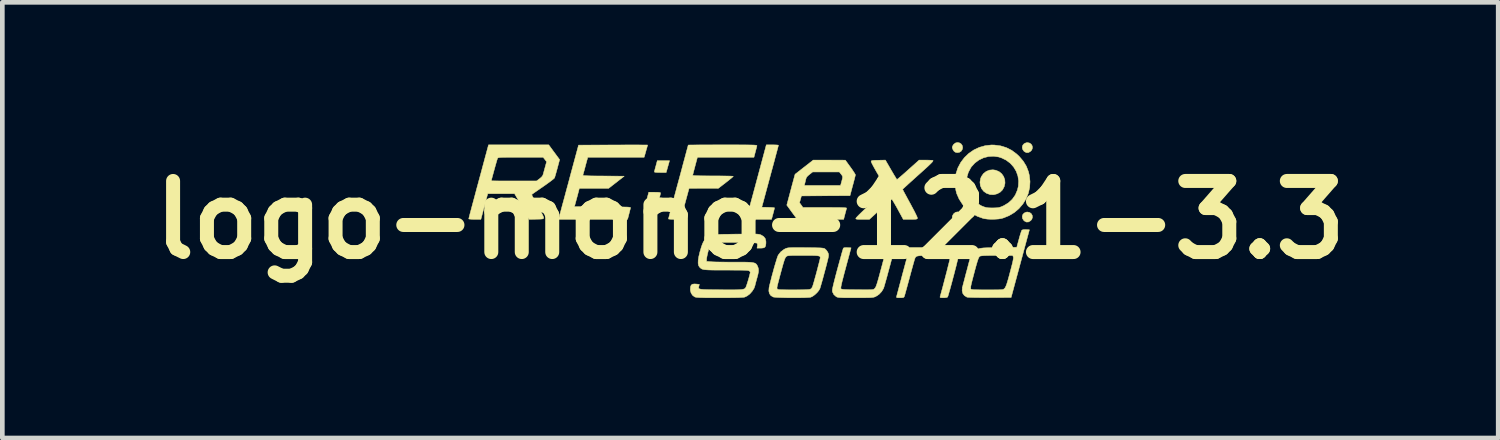
<source format=kicad_pcb>
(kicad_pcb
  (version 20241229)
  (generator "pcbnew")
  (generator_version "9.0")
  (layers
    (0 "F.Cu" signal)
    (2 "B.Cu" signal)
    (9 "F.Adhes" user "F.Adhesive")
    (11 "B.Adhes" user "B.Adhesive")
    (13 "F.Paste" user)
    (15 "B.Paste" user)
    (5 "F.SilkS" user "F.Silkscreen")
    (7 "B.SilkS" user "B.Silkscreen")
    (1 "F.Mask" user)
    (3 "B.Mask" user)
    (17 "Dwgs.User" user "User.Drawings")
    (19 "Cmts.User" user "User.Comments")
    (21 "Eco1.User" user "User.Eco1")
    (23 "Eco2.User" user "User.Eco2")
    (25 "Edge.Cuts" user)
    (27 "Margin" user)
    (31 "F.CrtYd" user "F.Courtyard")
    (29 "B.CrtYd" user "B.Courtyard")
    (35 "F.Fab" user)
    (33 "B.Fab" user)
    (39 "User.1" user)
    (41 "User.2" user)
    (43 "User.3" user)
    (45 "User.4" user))
  (footprint "logo-mono-12.1-3.3"
    (layer "F.Cu")
    (at 13.034 1.664)
    (property "Reference" "logo-mono-12.1-3.3" (at 0 0 0) (layer "F.SilkS") (effects (font (size 1.524 1.524) (thickness 0.3))))
    (attr through_hole)
    (fp_poly (pts (xy -1.747 -1.213) (xy -1.76 -1.167) (xy -1.776 -1.113) (xy -1.783 -1.086) (xy -1.803 -1.016) (xy -1.93 -1.016) (xy -1.989 -1.017) (xy -2.031 -1.02) (xy -2.053 -1.025) (xy -2.056 -1.028) (xy -2.053 -1.045) (xy -2.045 -1.078) (xy -2.033 -1.124) (xy -2.024 -1.155) (xy -1.993 -1.27) (xy -1.731 -1.27) (xy -1.747 -1.213)) (stroke (width 0.01) (type solid)) (fill yes) (layer "F.SilkS"))
    (fp_poly (pts (xy 5.989 -1.647) (xy 6.024 -1.621) (xy 6.045 -1.584) (xy 6.049 -1.542) (xy 6.035 -1.5) (xy 6.01 -1.471) (xy 5.965 -1.444) (xy 5.92 -1.442) (xy 5.878 -1.463) (xy 5.865 -1.475) (xy 5.837 -1.517) (xy 5.83 -1.56) (xy 5.842 -1.601) (xy 5.871 -1.634) (xy 5.914 -1.653) (xy 5.942 -1.657) (xy 5.989 -1.647)) (stroke (width 0.01) (type solid)) (fill yes) (layer "F.SilkS"))
    (fp_poly (pts (xy 5.989 -0.159) (xy 6.024 -0.133) (xy 6.045 -0.096) (xy 6.049 -0.054) (xy 6.035 -0.012) (xy 6.01 0.017) (xy 5.965 0.044) (xy 5.92 0.046) (xy 5.878 0.024) (xy 5.865 0.013) (xy 5.837 -0.029) (xy 5.83 -0.073) (xy 5.842 -0.114) (xy 5.871 -0.146) (xy 5.914 -0.166) (xy 5.942 -0.169) (xy 5.989 -0.159)) (stroke (width 0.01) (type solid)) (fill yes) (layer "F.SilkS"))
    (fp_poly (pts (xy 4.482 -1.652) (xy 4.518 -1.631) (xy 4.543 -1.597) (xy 4.553 -1.555) (xy 4.547 -1.516) (xy 4.522 -1.474) (xy 4.483 -1.449) (xy 4.435 -1.442) (xy 4.394 -1.452) (xy 4.368 -1.472) (xy 4.345 -1.507) (xy 4.331 -1.545) (xy 4.33 -1.559) (xy 4.338 -1.583) (xy 4.356 -1.613) (xy 4.361 -1.62) (xy 4.399 -1.649) (xy 4.441 -1.659) (xy 4.482 -1.652)) (stroke (width 0.01) (type solid)) (fill yes) (layer "F.SilkS"))
    (fp_poly (pts (xy 4.482 -0.164) (xy 4.518 -0.143) (xy 4.543 -0.109) (xy 4.553 -0.067) (xy 4.547 -0.028) (xy 4.522 0.013) (xy 4.483 0.039) (xy 4.435 0.046) (xy 4.394 0.036) (xy 4.368 0.015) (xy 4.345 -0.019) (xy 4.331 -0.057) (xy 4.33 -0.071) (xy 4.338 -0.095) (xy 4.356 -0.125) (xy 4.361 -0.132) (xy 4.399 -0.162) (xy 4.441 -0.172) (xy 4.482 -0.164)) (stroke (width 0.01) (type solid)) (fill yes) (layer "F.SilkS"))
    (fp_poly (pts (xy 5.261 -1.065) (xy 5.333 -1.035) (xy 5.391 -0.988) (xy 5.432 -0.929) (xy 5.456 -0.861) (xy 5.461 -0.789) (xy 5.445 -0.716) (xy 5.408 -0.645) (xy 5.407 -0.644) (xy 5.358 -0.595) (xy 5.294 -0.56) (xy 5.223 -0.541) (xy 5.151 -0.542) (xy 5.14 -0.544) (xy 5.065 -0.57) (xy 5.004 -0.613) (xy 4.959 -0.67) (xy 4.932 -0.737) (xy 4.924 -0.81) (xy 4.937 -0.887) (xy 4.955 -0.93) (xy 4.999 -0.993) (xy 5.058 -1.039) (xy 5.127 -1.067) (xy 5.202 -1.074) (xy 5.261 -1.065)) (stroke (width 0.01) (type solid)) (fill yes) (layer "F.SilkS"))
    (fp_poly (pts (xy -1.989 -0.592) (xy -1.95 -0.589) (xy -1.929 -0.584) (xy -1.923 -0.577) (xy -1.926 -0.56) (xy -1.934 -0.525) (xy -1.946 -0.479) (xy -1.959 -0.429) (xy -1.973 -0.38) (xy -1.979 -0.36) (xy -1.985 -0.35) (xy -1.998 -0.344) (xy -2.023 -0.34) (xy -2.064 -0.339) (xy -2.111 -0.339) (xy -2.171 -0.339) (xy -2.21 -0.342) (xy -2.231 -0.347) (xy -2.238 -0.354) (xy -2.238 -0.355) (xy -2.234 -0.375) (xy -2.226 -0.409) (xy -2.22 -0.43) (xy -2.207 -0.478) (xy -2.194 -0.527) (xy -2.19 -0.541) (xy -2.176 -0.593) (xy -2.05 -0.593) (xy -1.989 -0.592)) (stroke (width 0.01) (type solid)) (fill yes) (layer "F.SilkS"))
    (fp_poly (pts (xy 0.527 -1.608) (xy 0.57 -1.606) (xy 0.597 -1.603) (xy 0.604 -1.6) (xy 0.601 -1.587) (xy 0.592 -1.552) (xy 0.578 -1.499) (xy 0.559 -1.429) (xy 0.536 -1.343) (xy 0.51 -1.245) (xy 0.481 -1.137) (xy 0.449 -1.02) (xy 0.425 -0.931) (xy 0.247 -0.272) (xy 0.383 -0.269) (xy 0.438 -0.267) (xy 0.482 -0.264) (xy 0.511 -0.261) (xy 0.52 -0.258) (xy 0.517 -0.243) (xy 0.509 -0.211) (xy 0.498 -0.166) (xy 0.488 -0.131) (xy 0.456 -0.012) (xy 0.184 -0.012) (xy 0.093 -0.012) (xy 0.024 -0.013) (xy -0.026 -0.015) (xy -0.059 -0.018) (xy -0.077 -0.021) (xy -0.082 -0.026) (xy -0.082 -0.027) (xy -0.078 -0.041) (xy -0.068 -0.077) (xy -0.053 -0.131) (xy -0.034 -0.204) (xy -0.01 -0.292) (xy 0.017 -0.393) (xy 0.048 -0.506) (xy 0.081 -0.629) (xy 0.116 -0.759) (xy 0.134 -0.826) (xy 0.344 -1.609) (xy 0.475 -1.609) (xy 0.527 -1.608)) (stroke (width 0.01) (type solid)) (fill yes) (layer "F.SilkS"))
    (fp_poly (pts (xy 1.693 -1.282) (xy 2.038 -1.281) (xy 2.147 -1.131) (xy 2.185 -1.078) (xy 2.216 -1.031) (xy 2.24 -0.994) (xy 2.253 -0.97) (xy 2.254 -0.965) (xy 2.251 -0.949) (xy 2.242 -0.913) (xy 2.229 -0.862) (xy 2.213 -0.8) (xy 2.195 -0.735) (xy 2.138 -0.52) (xy 1.617 -0.517) (xy 1.097 -0.514) (xy 1.076 -0.441) (xy 1.056 -0.369) (xy 1.129 -0.266) (xy 1.6 -0.266) (xy 1.724 -0.266) (xy 1.825 -0.265) (xy 1.905 -0.265) (xy 1.967 -0.263) (xy 2.013 -0.261) (xy 2.043 -0.259) (xy 2.06 -0.256) (xy 2.066 -0.252) (xy 2.065 -0.251) (xy 2.06 -0.233) (xy 2.051 -0.198) (xy 2.038 -0.151) (xy 2.031 -0.124) (xy 2.002 -0.012) (xy 1.006 -0.012) (xy 0.894 -0.164) (xy 0.783 -0.317) (xy 0.895 -0.738) (xy 1.158 -0.738) (xy 1.935 -0.738) (xy 1.953 -0.801) (xy 1.968 -0.857) (xy 1.977 -0.895) (xy 1.979 -0.921) (xy 1.974 -0.941) (xy 1.963 -0.96) (xy 1.948 -0.979) (xy 1.909 -1.028) (xy 1.623 -1.028) (xy 1.337 -1.028) (xy 1.269 -0.974) (xy 1.232 -0.943) (xy 1.209 -0.917) (xy 1.196 -0.888) (xy 1.187 -0.856) (xy 1.178 -0.815) (xy 1.169 -0.779) (xy 1.166 -0.765) (xy 1.158 -0.738) (xy 0.895 -0.738) (xy 0.96 -0.978) (xy 1.154 -1.13) (xy 1.349 -1.282) (xy 1.693 -1.282)) (stroke (width 0.01) (type solid)) (fill yes) (layer "F.SilkS"))
    (fp_poly (pts (xy -2.38 -1.607) (xy -2.306 -1.606) (xy -2.251 -1.606) (xy -2.215 -1.606) (xy -2.201 -1.605) (xy -2.201 -1.605) (xy -2.204 -1.592) (xy -2.212 -1.563) (xy -2.218 -1.541) (xy -2.232 -1.494) (xy -2.247 -1.439) (xy -2.255 -1.412) (xy -2.275 -1.343) (xy -3.482 -1.343) (xy -3.494 -1.303) (xy -3.502 -1.276) (xy -3.514 -1.232) (xy -3.529 -1.177) (xy -3.544 -1.12) (xy -3.559 -1.064) (xy -3.573 -1.015) (xy -3.583 -0.978) (xy -3.588 -0.96) (xy -3.588 -0.96) (xy -3.587 -0.956) (xy -3.577 -0.952) (xy -3.556 -0.949) (xy -3.523 -0.947) (xy -3.475 -0.945) (xy -3.41 -0.943) (xy -3.327 -0.942) (xy -3.223 -0.941) (xy -3.149 -0.941) (xy -2.703 -0.937) (xy -3.036 -0.677) (xy -3.664 -0.677) (xy -3.673 -0.644) (xy -3.679 -0.62) (xy -3.69 -0.579) (xy -3.704 -0.525) (xy -3.721 -0.463) (xy -3.725 -0.448) (xy -3.769 -0.284) (xy -3.165 -0.281) (xy -3.029 -0.28) (xy -2.915 -0.28) (xy -2.821 -0.279) (xy -2.745 -0.278) (xy -2.686 -0.276) (xy -2.641 -0.275) (xy -2.609 -0.273) (xy -2.587 -0.27) (xy -2.574 -0.267) (xy -2.568 -0.264) (xy -2.566 -0.259) (xy -2.567 -0.257) (xy -2.572 -0.236) (xy -2.582 -0.199) (xy -2.594 -0.151) (xy -2.601 -0.124) (xy -2.63 -0.012) (xy -4.11 -0.012) (xy -4.075 -0.142) (xy -4.065 -0.178) (xy -4.05 -0.235) (xy -4.03 -0.31) (xy -4.005 -0.401) (xy -3.977 -0.504) (xy -3.947 -0.617) (xy -3.914 -0.738) (xy -3.88 -0.864) (xy -3.861 -0.937) (xy -3.681 -1.603) (xy -2.941 -1.606) (xy -2.81 -1.606) (xy -2.686 -1.607) (xy -2.572 -1.607) (xy -2.469 -1.607) (xy -2.38 -1.607)) (stroke (width 0.01) (type solid)) (fill yes) (layer "F.SilkS"))
    (fp_poly (pts (xy -0.439 -1.609) (xy -0.309 -1.609) (xy -0.2 -1.608) (xy -0.11 -1.608) (xy -0.037 -1.607) (xy 0.021 -1.606) (xy 0.065 -1.605) (xy 0.097 -1.603) (xy 0.119 -1.601) (xy 0.133 -1.598) (xy 0.14 -1.595) (xy 0.143 -1.591) (xy 0.143 -1.587) (xy 0.137 -1.567) (xy 0.128 -1.529) (xy 0.115 -1.481) (xy 0.108 -1.454) (xy 0.079 -1.343) (xy -1.133 -1.343) (xy -1.183 -1.156) (xy -1.2 -1.092) (xy -1.215 -1.035) (xy -1.226 -0.991) (xy -1.233 -0.963) (xy -1.234 -0.956) (xy -1.224 -0.953) (xy -1.194 -0.949) (xy -1.143 -0.947) (xy -1.071 -0.945) (xy -0.976 -0.944) (xy -0.858 -0.943) (xy -0.798 -0.943) (xy -0.698 -0.943) (xy -0.607 -0.942) (xy -0.526 -0.941) (xy -0.458 -0.94) (xy -0.407 -0.938) (xy -0.374 -0.936) (xy -0.364 -0.934) (xy -0.373 -0.924) (xy -0.398 -0.902) (xy -0.436 -0.871) (xy -0.484 -0.832) (xy -0.524 -0.801) (xy -0.683 -0.678) (xy -1.312 -0.677) (xy -1.402 -0.345) (xy -1.491 -0.012) (xy -1.622 -0.012) (xy -1.676 -0.013) (xy -1.718 -0.015) (xy -1.746 -0.018) (xy -1.754 -0.021) (xy -1.751 -0.034) (xy -1.742 -0.068) (xy -1.728 -0.122) (xy -1.709 -0.194) (xy -1.686 -0.281) (xy -1.659 -0.381) (xy -1.629 -0.494) (xy -1.596 -0.616) (xy -1.561 -0.746) (xy -1.542 -0.815) (xy -1.506 -0.948) (xy -1.472 -1.074) (xy -1.441 -1.192) (xy -1.412 -1.298) (xy -1.387 -1.392) (xy -1.366 -1.471) (xy -1.349 -1.533) (xy -1.337 -1.577) (xy -1.331 -1.601) (xy -1.33 -1.604) (xy -1.319 -1.605) (xy -1.285 -1.606) (xy -1.231 -1.606) (xy -1.159 -1.607) (xy -1.071 -1.608) (xy -0.97 -1.608) (xy -0.856 -1.608) (xy -0.733 -1.609) (xy -0.602 -1.609) (xy -0.591 -1.609) (xy -0.439 -1.609)) (stroke (width 0.01) (type solid)) (fill yes) (layer "F.SilkS"))
    (fp_poly (pts (xy 5.231 -1.605) (xy 5.367 -1.587) (xy 5.49 -1.549) (xy 5.605 -1.491) (xy 5.712 -1.411) (xy 5.765 -1.361) (xy 5.852 -1.259) (xy 5.918 -1.151) (xy 5.964 -1.032) (xy 5.982 -0.956) (xy 5.997 -0.824) (xy 5.989 -0.693) (xy 5.96 -0.568) (xy 5.911 -0.449) (xy 5.843 -0.34) (xy 5.759 -0.242) (xy 5.66 -0.158) (xy 5.546 -0.09) (xy 5.42 -0.04) (xy 5.387 -0.031) (xy 5.325 -0.02) (xy 5.249 -0.015) (xy 5.167 -0.013) (xy 5.087 -0.017) (xy 5.019 -0.026) (xy 4.995 -0.031) (xy 4.867 -0.077) (xy 4.749 -0.143) (xy 4.643 -0.229) (xy 4.552 -0.331) (xy 4.477 -0.447) (xy 4.425 -0.565) (xy 4.408 -0.632) (xy 4.397 -0.714) (xy 4.393 -0.803) (xy 4.393 -0.804) (xy 4.632 -0.804) (xy 4.643 -0.696) (xy 4.675 -0.591) (xy 4.727 -0.494) (xy 4.772 -0.437) (xy 4.857 -0.361) (xy 4.954 -0.302) (xy 5.017 -0.277) (xy 5.06 -0.265) (xy 5.106 -0.259) (xy 5.164 -0.257) (xy 5.213 -0.257) (xy 5.272 -0.259) (xy 5.316 -0.263) (xy 5.351 -0.271) (xy 5.387 -0.284) (xy 5.432 -0.304) (xy 5.435 -0.305) (xy 5.535 -0.366) (xy 5.617 -0.442) (xy 5.682 -0.534) (xy 5.727 -0.64) (xy 5.747 -0.723) (xy 5.753 -0.834) (xy 5.737 -0.942) (xy 5.701 -1.042) (xy 5.646 -1.134) (xy 5.573 -1.215) (xy 5.486 -1.281) (xy 5.384 -1.33) (xy 5.326 -1.349) (xy 5.217 -1.365) (xy 5.108 -1.359) (xy 5.002 -1.332) (xy 4.903 -1.285) (xy 4.815 -1.22) (xy 4.741 -1.139) (xy 4.729 -1.121) (xy 4.675 -1.02) (xy 4.643 -0.914) (xy 4.632 -0.804) (xy 4.393 -0.804) (xy 4.395 -0.89) (xy 4.404 -0.967) (xy 4.408 -0.985) (xy 4.45 -1.114) (xy 4.512 -1.231) (xy 4.591 -1.336) (xy 4.685 -1.426) (xy 4.793 -1.5) (xy 4.91 -1.555) (xy 5.036 -1.591) (xy 5.168 -1.606) (xy 5.231 -1.605)) (stroke (width 0.01) (type solid)) (fill yes) (layer "F.SilkS"))
    (fp_poly (pts (xy 3.992 0.593) (xy 4.088 0.593) (xy 4.165 0.594) (xy 4.226 0.595) (xy 4.272 0.596) (xy 4.306 0.599) (xy 4.332 0.602) (xy 4.351 0.606) (xy 4.365 0.611) (xy 4.377 0.616) (xy 4.425 0.653) (xy 4.454 0.703) (xy 4.462 0.766) (xy 4.461 0.781) (xy 4.456 0.806) (xy 4.447 0.85) (xy 4.432 0.91) (xy 4.415 0.982) (xy 4.394 1.062) (xy 4.372 1.149) (xy 4.348 1.238) (xy 4.325 1.326) (xy 4.302 1.41) (xy 4.281 1.487) (xy 4.262 1.553) (xy 4.247 1.605) (xy 4.236 1.64) (xy 4.23 1.654) (xy 4.21 1.663) (xy 4.171 1.668) (xy 4.14 1.669) (xy 4.098 1.668) (xy 4.076 1.665) (xy 4.068 1.658) (xy 4.069 1.648) (xy 4.083 1.597) (xy 4.101 1.531) (xy 4.122 1.455) (xy 4.144 1.371) (xy 4.167 1.283) (xy 4.19 1.195) (xy 4.213 1.108) (xy 4.233 1.028) (xy 4.251 0.956) (xy 4.266 0.897) (xy 4.276 0.853) (xy 4.281 0.828) (xy 4.282 0.824) (xy 4.281 0.806) (xy 4.277 0.792) (xy 4.268 0.781) (xy 4.251 0.774) (xy 4.223 0.768) (xy 4.182 0.765) (xy 4.124 0.763) (xy 4.049 0.762) (xy 3.952 0.762) (xy 3.928 0.762) (xy 3.824 0.762) (xy 3.741 0.763) (xy 3.678 0.765) (xy 3.63 0.768) (xy 3.595 0.773) (xy 3.571 0.779) (xy 3.555 0.788) (xy 3.544 0.799) (xy 3.541 0.803) (xy 3.535 0.813) (xy 3.528 0.831) (xy 3.519 0.858) (xy 3.508 0.897) (xy 3.493 0.95) (xy 3.474 1.018) (xy 3.45 1.105) (xy 3.421 1.212) (xy 3.404 1.276) (xy 3.38 1.364) (xy 3.358 1.445) (xy 3.338 1.517) (xy 3.322 1.575) (xy 3.31 1.617) (xy 3.303 1.64) (xy 3.302 1.642) (xy 3.293 1.657) (xy 3.278 1.665) (xy 3.251 1.668) (xy 3.21 1.669) (xy 3.167 1.669) (xy 3.144 1.666) (xy 3.135 1.659) (xy 3.135 1.647) (xy 3.137 1.642) (xy 3.141 1.625) (xy 3.151 1.587) (xy 3.166 1.531) (xy 3.185 1.459) (xy 3.208 1.373) (xy 3.234 1.277) (xy 3.261 1.173) (xy 3.28 1.104) (xy 3.417 0.593) (xy 3.874 0.593) (xy 3.992 0.593)) (stroke (width 0.01) (type solid)) (fill yes) (layer "F.SilkS"))
    (fp_poly (pts (xy 5.911 0.208) (xy 5.984 0.212) (xy 5.592 1.663) (xy 5.134 1.665) (xy 5.009 1.666) (xy 4.899 1.665) (xy 4.807 1.664) (xy 4.734 1.662) (xy 4.682 1.66) (xy 4.651 1.657) (xy 4.645 1.656) (xy 4.591 1.623) (xy 4.556 1.576) (xy 4.542 1.517) (xy 4.546 1.466) (xy 4.724 1.466) (xy 4.727 1.478) (xy 4.729 1.481) (xy 4.736 1.487) (xy 4.75 1.491) (xy 4.773 1.494) (xy 4.808 1.497) (xy 4.856 1.498) (xy 4.922 1.499) (xy 5.008 1.5) (xy 5.081 1.5) (xy 5.18 1.5) (xy 5.257 1.499) (xy 5.317 1.499) (xy 5.36 1.497) (xy 5.391 1.495) (xy 5.413 1.492) (xy 5.427 1.487) (xy 5.438 1.481) (xy 5.447 1.473) (xy 5.447 1.473) (xy 5.459 1.46) (xy 5.47 1.442) (xy 5.482 1.416) (xy 5.496 1.381) (xy 5.511 1.333) (xy 5.53 1.269) (xy 5.552 1.189) (xy 5.579 1.087) (xy 5.588 1.053) (xy 5.61 0.968) (xy 5.626 0.904) (xy 5.635 0.857) (xy 5.64 0.824) (xy 5.641 0.802) (xy 5.637 0.79) (xy 5.625 0.762) (xy 5.292 0.762) (xy 5.175 0.762) (xy 5.082 0.764) (xy 5.011 0.766) (xy 4.962 0.77) (xy 4.934 0.775) (xy 4.929 0.776) (xy 4.918 0.783) (xy 4.908 0.793) (xy 4.898 0.81) (xy 4.887 0.835) (xy 4.874 0.872) (xy 4.859 0.921) (xy 4.84 0.986) (xy 4.817 1.07) (xy 4.79 1.173) (xy 4.778 1.218) (xy 4.756 1.302) (xy 4.74 1.366) (xy 4.73 1.413) (xy 4.724 1.445) (xy 4.724 1.466) (xy 4.546 1.466) (xy 4.548 1.448) (xy 4.555 1.419) (xy 4.567 1.371) (xy 4.584 1.308) (xy 4.603 1.234) (xy 4.624 1.154) (xy 4.646 1.073) (xy 4.667 0.993) (xy 4.686 0.92) (xy 4.703 0.858) (xy 4.712 0.827) (xy 4.743 0.758) (xy 4.783 0.704) (xy 4.808 0.677) (xy 4.83 0.655) (xy 4.853 0.638) (xy 4.878 0.624) (xy 4.909 0.614) (xy 4.949 0.607) (xy 5 0.601) (xy 5.065 0.598) (xy 5.148 0.596) (xy 5.249 0.594) (xy 5.321 0.593) (xy 5.713 0.587) (xy 5.761 0.411) (xy 5.778 0.349) (xy 5.795 0.294) (xy 5.809 0.251) (xy 5.82 0.225) (xy 5.823 0.22) (xy 5.848 0.21) (xy 5.895 0.207) (xy 5.911 0.208)) (stroke (width 0.01) (type solid)) (fill yes) (layer "F.SilkS"))
    (fp_poly (pts (xy 3.062 0.593) (xy 3.085 0.597) (xy 3.093 0.604) (xy 3.092 0.614) (xy 3.087 0.63) (xy 3.077 0.667) (xy 3.063 0.722) (xy 3.044 0.791) (xy 3.023 0.872) (xy 2.999 0.962) (xy 2.981 1.028) (xy 2.955 1.124) (xy 2.931 1.214) (xy 2.908 1.296) (xy 2.888 1.366) (xy 2.872 1.421) (xy 2.861 1.457) (xy 2.856 1.47) (xy 2.817 1.536) (xy 2.761 1.595) (xy 2.695 1.639) (xy 2.691 1.641) (xy 2.674 1.649) (xy 2.656 1.655) (xy 2.637 1.66) (xy 2.612 1.663) (xy 2.579 1.666) (xy 2.534 1.667) (xy 2.475 1.668) (xy 2.4 1.669) (xy 2.304 1.669) (xy 2.256 1.669) (xy 2.15 1.669) (xy 2.066 1.669) (xy 2 1.668) (xy 1.95 1.666) (xy 1.913 1.664) (xy 1.887 1.661) (xy 1.868 1.657) (xy 1.854 1.652) (xy 1.842 1.645) (xy 1.793 1.603) (xy 1.764 1.547) (xy 1.759 1.527) (xy 1.759 1.509) (xy 1.763 1.477) (xy 1.773 1.429) (xy 1.788 1.365) (xy 1.809 1.282) (xy 1.836 1.178) (xy 1.869 1.054) (xy 1.896 0.955) (xy 1.921 0.864) (xy 1.944 0.782) (xy 1.963 0.712) (xy 1.979 0.658) (xy 1.99 0.622) (xy 1.995 0.606) (xy 1.995 0.605) (xy 2.013 0.597) (xy 2.052 0.594) (xy 2.082 0.595) (xy 2.161 0.599) (xy 2.046 1.026) (xy 2.014 1.145) (xy 1.989 1.242) (xy 1.969 1.319) (xy 1.955 1.379) (xy 1.946 1.423) (xy 1.942 1.452) (xy 1.942 1.469) (xy 1.943 1.474) (xy 1.949 1.48) (xy 1.96 1.484) (xy 1.98 1.488) (xy 2.009 1.491) (xy 2.053 1.493) (xy 2.112 1.495) (xy 2.189 1.496) (xy 2.288 1.497) (xy 2.295 1.497) (xy 2.395 1.498) (xy 2.473 1.498) (xy 2.533 1.498) (xy 2.577 1.497) (xy 2.608 1.495) (xy 2.629 1.492) (xy 2.644 1.488) (xy 2.655 1.482) (xy 2.664 1.474) (xy 2.665 1.473) (xy 2.674 1.463) (xy 2.684 1.449) (xy 2.694 1.429) (xy 2.705 1.401) (xy 2.718 1.362) (xy 2.733 1.312) (xy 2.752 1.246) (xy 2.774 1.165) (xy 2.801 1.064) (xy 2.834 0.943) (xy 2.843 0.907) (xy 2.865 0.827) (xy 2.885 0.755) (xy 2.903 0.693) (xy 2.917 0.646) (xy 2.927 0.616) (xy 2.93 0.608) (xy 2.95 0.599) (xy 2.989 0.594) (xy 3.02 0.593) (xy 3.062 0.593)) (stroke (width 0.01) (type solid)) (fill yes) (layer "F.SilkS"))
    (fp_poly (pts (xy 3.016 -1.076) (xy 3.053 -1.013) (xy 3.086 -0.957) (xy 3.114 -0.912) (xy 3.133 -0.88) (xy 3.143 -0.866) (xy 3.143 -0.866) (xy 3.154 -0.872) (xy 3.18 -0.893) (xy 3.219 -0.926) (xy 3.269 -0.969) (xy 3.327 -1.02) (xy 3.385 -1.072) (xy 3.62 -1.282) (xy 3.769 -1.282) (xy 3.826 -1.281) (xy 3.873 -1.279) (xy 3.906 -1.277) (xy 3.919 -1.273) (xy 3.919 -1.273) (xy 3.916 -1.263) (xy 3.908 -1.249) (xy 3.892 -1.23) (xy 3.866 -1.204) (xy 3.83 -1.169) (xy 3.782 -1.124) (xy 3.719 -1.067) (xy 3.641 -0.997) (xy 3.574 -0.937) (xy 3.502 -0.872) (xy 3.435 -0.812) (xy 3.377 -0.759) (xy 3.329 -0.715) (xy 3.293 -0.682) (xy 3.271 -0.661) (xy 3.266 -0.655) (xy 3.272 -0.643) (xy 3.287 -0.612) (xy 3.312 -0.566) (xy 3.344 -0.507) (xy 3.381 -0.438) (xy 3.423 -0.361) (xy 3.428 -0.353) (xy 3.48 -0.255) (xy 3.523 -0.174) (xy 3.554 -0.111) (xy 3.575 -0.066) (xy 3.583 -0.04) (xy 3.583 -0.035) (xy 3.579 -0.025) (xy 3.569 -0.019) (xy 3.549 -0.015) (xy 3.516 -0.013) (xy 3.464 -0.012) (xy 3.429 -0.012) (xy 3.28 -0.012) (xy 3.161 -0.23) (xy 3.125 -0.295) (xy 3.092 -0.352) (xy 3.065 -0.398) (xy 3.045 -0.43) (xy 3.034 -0.444) (xy 3.033 -0.444) (xy 3.022 -0.436) (xy 2.996 -0.413) (xy 2.957 -0.378) (xy 2.907 -0.334) (xy 2.849 -0.281) (xy 2.789 -0.227) (xy 2.554 -0.012) (xy 2.407 -0.012) (xy 2.345 -0.012) (xy 2.304 -0.013) (xy 2.279 -0.016) (xy 2.267 -0.021) (xy 2.263 -0.028) (xy 2.264 -0.036) (xy 2.274 -0.049) (xy 2.299 -0.077) (xy 2.338 -0.117) (xy 2.39 -0.167) (xy 2.451 -0.225) (xy 2.52 -0.29) (xy 2.594 -0.359) (xy 2.669 -0.427) (xy 2.737 -0.49) (xy 2.797 -0.546) (xy 2.848 -0.594) (xy 2.886 -0.631) (xy 2.91 -0.655) (xy 2.919 -0.665) (xy 2.919 -0.665) (xy 2.912 -0.677) (xy 2.895 -0.707) (xy 2.869 -0.752) (xy 2.835 -0.81) (xy 2.796 -0.877) (xy 2.752 -0.952) (xy 2.752 -0.953) (xy 2.708 -1.028) (xy 2.669 -1.097) (xy 2.636 -1.157) (xy 2.611 -1.205) (xy 2.595 -1.239) (xy 2.591 -1.255) (xy 2.595 -1.264) (xy 2.606 -1.27) (xy 2.628 -1.274) (xy 2.664 -1.277) (xy 2.72 -1.279) (xy 2.746 -1.279) (xy 2.897 -1.282) (xy 3.016 -1.076)) (stroke (width 0.01) (type solid)) (fill yes) (layer "F.SilkS"))
    (fp_poly (pts (xy -4.204 -1.45) (xy -4.087 -1.292) (xy -4.136 -1.109) (xy -4.154 -1.044) (xy -4.17 -0.986) (xy -4.184 -0.939) (xy -4.193 -0.909) (xy -4.196 -0.901) (xy -4.208 -0.887) (xy -4.238 -0.862) (xy -4.282 -0.828) (xy -4.337 -0.788) (xy -4.401 -0.742) (xy -4.44 -0.715) (xy -4.507 -0.669) (xy -4.567 -0.627) (xy -4.618 -0.592) (xy -4.656 -0.565) (xy -4.679 -0.548) (xy -4.684 -0.544) (xy -4.681 -0.532) (xy -4.668 -0.502) (xy -4.645 -0.457) (xy -4.614 -0.401) (xy -4.578 -0.336) (xy -4.56 -0.304) (xy -4.509 -0.216) (xy -4.471 -0.145) (xy -4.445 -0.092) (xy -4.431 -0.058) (xy -4.429 -0.046) (xy -4.432 -0.034) (xy -4.438 -0.026) (xy -4.454 -0.021) (xy -4.481 -0.018) (xy -4.524 -0.016) (xy -4.584 -0.015) (xy -4.736 -0.011) (xy -4.895 -0.287) (xy -5.053 -0.562) (xy -5.628 -0.562) (xy -5.702 -0.287) (xy -5.775 -0.012) (xy -5.905 -0.012) (xy -5.958 -0.013) (xy -6.001 -0.016) (xy -6.028 -0.019) (xy -6.036 -0.023) (xy -6.032 -0.036) (xy -6.024 -0.071) (xy -6.01 -0.125) (xy -5.991 -0.196) (xy -5.968 -0.283) (xy -5.941 -0.383) (xy -5.911 -0.494) (xy -5.879 -0.615) (xy -5.845 -0.742) (xy -5.837 -0.77) (xy -5.819 -0.838) (xy -5.552 -0.838) (xy -5.54 -0.837) (xy -5.507 -0.837) (xy -5.454 -0.836) (xy -5.385 -0.835) (xy -5.303 -0.835) (xy -5.208 -0.835) (xy -5.105 -0.835) (xy -5.066 -0.835) (xy -4.58 -0.835) (xy -4.516 -0.883) (xy -4.477 -0.916) (xy -4.453 -0.945) (xy -4.439 -0.979) (xy -4.438 -0.983) (xy -4.429 -1.018) (xy -4.415 -1.068) (xy -4.4 -1.123) (xy -4.395 -1.141) (xy -4.366 -1.247) (xy -4.403 -1.295) (xy -4.441 -1.343) (xy -4.923 -1.343) (xy -5.044 -1.343) (xy -5.143 -1.342) (xy -5.222 -1.342) (xy -5.284 -1.341) (xy -5.331 -1.34) (xy -5.365 -1.338) (xy -5.388 -1.335) (xy -5.403 -1.332) (xy -5.412 -1.327) (xy -5.416 -1.322) (xy -5.418 -1.32) (xy -5.423 -1.304) (xy -5.434 -1.27) (xy -5.448 -1.221) (xy -5.465 -1.162) (xy -5.483 -1.097) (xy -5.501 -1.031) (xy -5.518 -0.969) (xy -5.533 -0.914) (xy -5.544 -0.871) (xy -5.551 -0.844) (xy -5.552 -0.838) (xy -5.819 -0.838) (xy -5.802 -0.9) (xy -5.768 -1.025) (xy -5.737 -1.142) (xy -5.708 -1.249) (xy -5.683 -1.343) (xy -5.661 -1.423) (xy -5.644 -1.487) (xy -5.632 -1.532) (xy -5.625 -1.556) (xy -5.625 -1.557) (xy -5.611 -1.609) (xy -4.321 -1.609) (xy -4.204 -1.45)) (stroke (width 0.01) (type solid)) (fill yes) (layer "F.SilkS"))
    (fp_poly (pts (xy 1.096 0.594) (xy 1.19 0.595) (xy 1.297 0.596) (xy 1.381 0.597) (xy 1.447 0.599) (xy 1.497 0.6) (xy 1.534 0.603) (xy 1.56 0.606) (xy 1.579 0.61) (xy 1.592 0.615) (xy 1.602 0.622) (xy 1.605 0.624) (xy 1.633 0.651) (xy 1.658 0.688) (xy 1.662 0.695) (xy 1.675 0.726) (xy 1.679 0.752) (xy 1.676 0.787) (xy 1.671 0.811) (xy 1.663 0.847) (xy 1.649 0.902) (xy 1.632 0.97) (xy 1.612 1.046) (xy 1.59 1.127) (xy 1.568 1.209) (xy 1.547 1.287) (xy 1.527 1.357) (xy 1.51 1.415) (xy 1.498 1.456) (xy 1.493 1.472) (xy 1.469 1.514) (xy 1.431 1.56) (xy 1.384 1.604) (xy 1.337 1.638) (xy 1.297 1.657) (xy 1.269 1.661) (xy 1.222 1.664) (xy 1.159 1.667) (xy 1.084 1.668) (xy 1.001 1.669) (xy 0.913 1.669) (xy 0.825 1.669) (xy 0.739 1.667) (xy 0.661 1.665) (xy 0.592 1.663) (xy 0.538 1.659) (xy 0.502 1.655) (xy 0.49 1.652) (xy 0.441 1.622) (xy 0.411 1.58) (xy 0.398 1.525) (xy 0.402 1.462) (xy 0.573 1.462) (xy 0.574 1.471) (xy 0.577 1.477) (xy 0.58 1.481) (xy 0.588 1.487) (xy 0.602 1.491) (xy 0.626 1.495) (xy 0.662 1.497) (xy 0.713 1.498) (xy 0.781 1.499) (xy 0.869 1.5) (xy 0.928 1.5) (xy 1.044 1.499) (xy 1.137 1.498) (xy 1.207 1.495) (xy 1.255 1.492) (xy 1.282 1.487) (xy 1.286 1.486) (xy 1.305 1.474) (xy 1.319 1.459) (xy 1.331 1.436) (xy 1.345 1.398) (xy 1.354 1.367) (xy 1.369 1.316) (xy 1.386 1.254) (xy 1.406 1.183) (xy 1.426 1.109) (xy 1.445 1.036) (xy 1.463 0.966) (xy 1.479 0.905) (xy 1.491 0.856) (xy 1.498 0.823) (xy 1.5 0.811) (xy 1.499 0.797) (xy 1.494 0.786) (xy 1.482 0.778) (xy 1.462 0.772) (xy 1.43 0.767) (xy 1.384 0.764) (xy 1.322 0.763) (xy 1.24 0.762) (xy 1.137 0.762) (xy 1.135 0.762) (xy 1.036 0.762) (xy 0.959 0.762) (xy 0.9 0.763) (xy 0.856 0.765) (xy 0.825 0.767) (xy 0.804 0.77) (xy 0.789 0.775) (xy 0.779 0.781) (xy 0.769 0.789) (xy 0.756 0.805) (xy 0.743 0.83) (xy 0.729 0.867) (xy 0.712 0.921) (xy 0.691 0.994) (xy 0.685 1.016) (xy 0.654 1.13) (xy 0.629 1.222) (xy 0.61 1.296) (xy 0.595 1.353) (xy 0.584 1.396) (xy 0.577 1.427) (xy 0.573 1.449) (xy 0.573 1.462) (xy 0.402 1.462) (xy 0.403 1.455) (xy 0.411 1.413) (xy 0.436 1.315) (xy 0.461 1.215) (xy 0.488 1.117) (xy 0.513 1.024) (xy 0.538 0.939) (xy 0.56 0.867) (xy 0.578 0.809) (xy 0.593 0.769) (xy 0.6 0.754) (xy 0.653 0.686) (xy 0.724 0.632) (xy 0.759 0.614) (xy 0.775 0.608) (xy 0.792 0.603) (xy 0.815 0.599) (xy 0.845 0.597) (xy 0.885 0.595) (xy 0.938 0.594) (xy 1.008 0.594) (xy 1.096 0.594)) (stroke (width 0.01) (type solid)) (fill yes) (layer "F.SilkS"))
    (fp_poly (pts (xy 0.053 0.302) (xy 0.103 0.303) (xy 0.141 0.304) (xy 0.17 0.307) (xy 0.191 0.31) (xy 0.208 0.314) (xy 0.223 0.32) (xy 0.233 0.324) (xy 0.287 0.357) (xy 0.321 0.4) (xy 0.335 0.456) (xy 0.336 0.498) (xy 0.33 0.549) (xy 0.317 0.581) (xy 0.292 0.598) (xy 0.251 0.604) (xy 0.222 0.605) (xy 0.145 0.605) (xy 0.152 0.559) (xy 0.154 0.52) (xy 0.143 0.499) (xy 0.126 0.495) (xy 0.089 0.492) (xy 0.035 0.489) (xy -0.035 0.487) (xy -0.115 0.485) (xy -0.203 0.484) (xy -0.296 0.483) (xy -0.39 0.482) (xy -0.483 0.483) (xy -0.57 0.483) (xy -0.649 0.485) (xy -0.716 0.487) (xy -0.768 0.489) (xy -0.802 0.492) (xy -0.813 0.494) (xy -0.841 0.512) (xy -0.858 0.53) (xy -0.87 0.56) (xy -0.884 0.606) (xy -0.9 0.663) (xy -0.915 0.722) (xy -0.927 0.777) (xy -0.935 0.821) (xy -0.937 0.841) (xy -0.937 0.889) (xy -0.829 0.898) (xy -0.789 0.9) (xy -0.729 0.902) (xy -0.653 0.903) (xy -0.565 0.904) (xy -0.469 0.905) (xy -0.37 0.905) (xy -0.338 0.905) (xy -0.221 0.905) (xy -0.126 0.905) (xy -0.05 0.907) (xy 0.01 0.91) (xy 0.055 0.916) (xy 0.089 0.924) (xy 0.113 0.935) (xy 0.131 0.95) (xy 0.144 0.969) (xy 0.156 0.992) (xy 0.16 1.001) (xy 0.172 1.036) (xy 0.177 1.073) (xy 0.175 1.116) (xy 0.164 1.171) (xy 0.145 1.243) (xy 0.139 1.264) (xy 0.125 1.315) (xy 0.112 1.363) (xy 0.103 1.398) (xy 0.103 1.403) (xy 0.081 1.466) (xy 0.042 1.528) (xy -0.008 1.585) (xy -0.065 1.629) (xy -0.119 1.655) (xy -0.142 1.659) (xy -0.185 1.662) (xy -0.246 1.665) (xy -0.329 1.667) (xy -0.433 1.668) (xy -0.559 1.669) (xy -0.661 1.669) (xy -0.785 1.669) (xy -0.888 1.668) (xy -0.972 1.668) (xy -1.038 1.666) (xy -1.089 1.665) (xy -1.127 1.662) (xy -1.155 1.66) (xy -1.175 1.656) (xy -1.19 1.651) (xy -1.194 1.649) (xy -1.239 1.615) (xy -1.27 1.565) (xy -1.285 1.506) (xy -1.285 1.497) (xy -1.282 1.438) (xy -1.268 1.4) (xy -1.242 1.379) (xy -1.198 1.373) (xy -1.159 1.375) (xy -1.092 1.382) (xy -1.101 1.421) (xy -1.105 1.44) (xy -1.107 1.455) (xy -1.104 1.467) (xy -1.094 1.477) (xy -1.075 1.483) (xy -1.044 1.488) (xy -1.001 1.492) (xy -0.941 1.494) (xy -0.864 1.496) (xy -0.766 1.497) (xy -0.669 1.498) (xy -0.54 1.499) (xy -0.433 1.499) (xy -0.346 1.499) (xy -0.277 1.498) (xy -0.223 1.495) (xy -0.182 1.492) (xy -0.152 1.486) (xy -0.13 1.48) (xy -0.115 1.471) (xy -0.105 1.46) (xy -0.097 1.449) (xy -0.088 1.428) (xy -0.074 1.389) (xy -0.058 1.339) (xy -0.041 1.283) (xy -0.025 1.227) (xy -0.012 1.178) (xy -0.003 1.14) (xy 0 1.122) (xy -0.008 1.108) (xy -0.019 1.095) (xy -0.026 1.091) (xy -0.039 1.087) (xy -0.059 1.083) (xy -0.089 1.081) (xy -0.131 1.079) (xy -0.188 1.078) (xy -0.261 1.077) (xy -0.353 1.077) (xy -0.467 1.076) (xy -0.509 1.076) (xy -0.635 1.076) (xy -0.739 1.076) (xy -0.823 1.075) (xy -0.891 1.073) (xy -0.943 1.07) (xy -0.984 1.066) (xy -1.014 1.06) (xy -1.038 1.052) (xy -1.056 1.041) (xy -1.071 1.028) (xy -1.086 1.013) (xy -1.089 1.011) (xy -1.109 0.976) (xy -1.118 0.928) (xy -1.116 0.864) (xy -1.103 0.783) (xy -1.079 0.683) (xy -1.072 0.661) (xy -1.049 0.581) (xy -1.027 0.52) (xy -1.006 0.473) (xy -0.983 0.436) (xy -0.955 0.405) (xy -0.935 0.386) (xy -0.914 0.369) (xy -0.895 0.354) (xy -0.875 0.342) (xy -0.851 0.332) (xy -0.822 0.325) (xy -0.784 0.319) (xy -0.736 0.315) (xy -0.675 0.312) (xy -0.597 0.309) (xy -0.502 0.308) (xy -0.387 0.306) (xy -0.314 0.305) (xy -0.192 0.304) (xy -0.092 0.303) (xy -0.011 0.302) (xy 0.053 0.302)) (stroke (width 0.01) (type solid)) (fill yes) (layer "F.SilkS")))
  (gr_rect
    (start -3 -3)
    (end 29.068 6.339)
    (stroke (width 0.1) (type default))
    (fill no)
    (layer "Edge.Cuts")))
</source>
